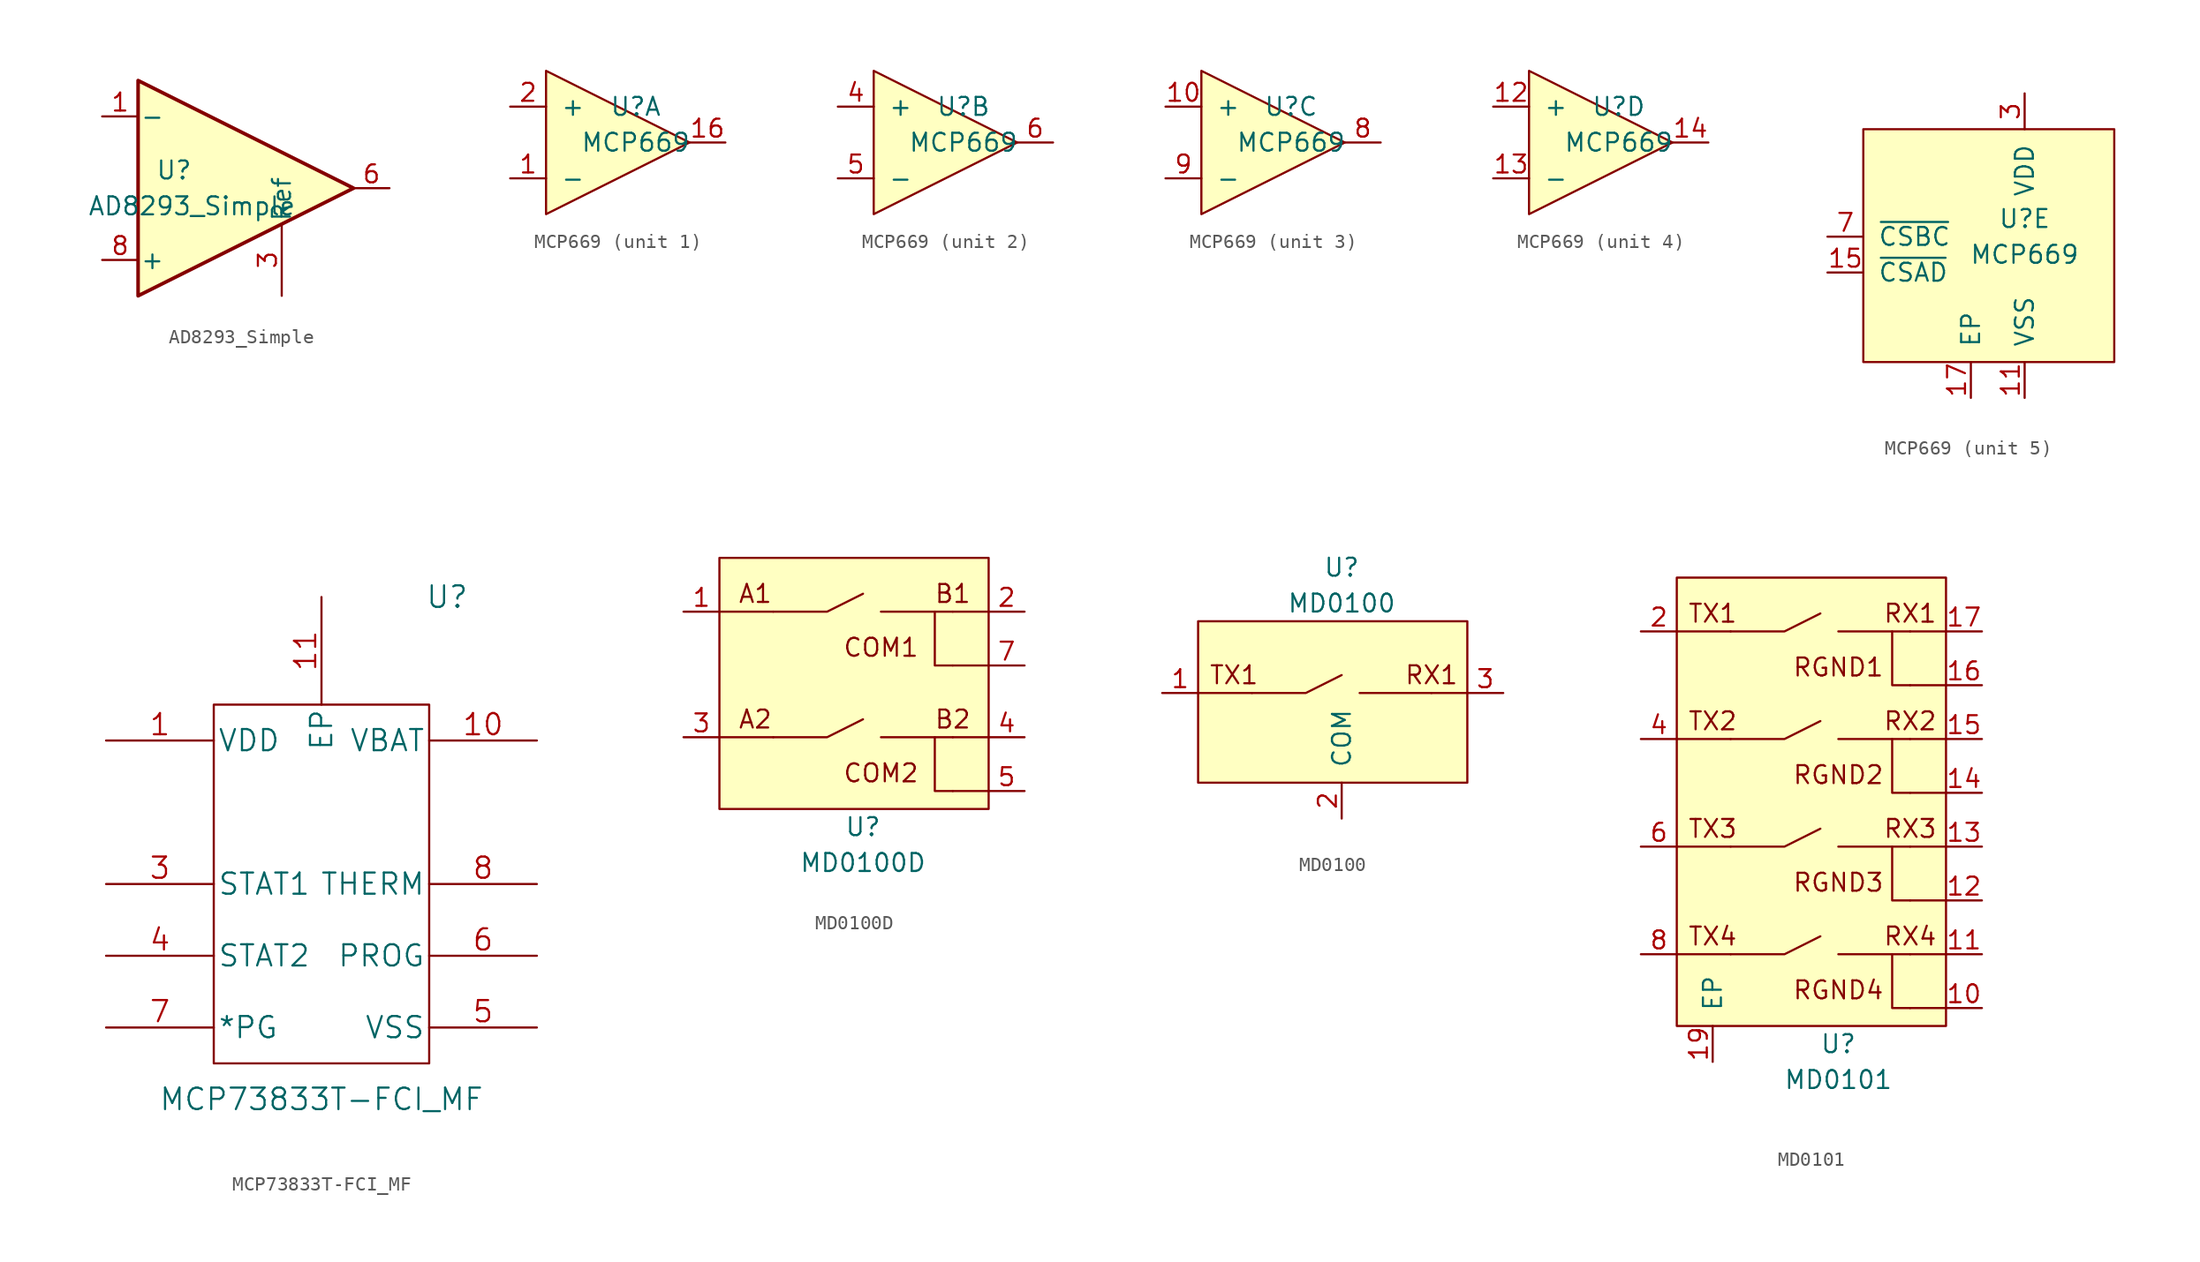
<source format=kicad_sym>
(kicad_symbol_lib
  (version 20220914)
  (generator kicad_symbol_editor)
  (symbol "AD8293_Simple"
    (pin_names
      (offset 0.127))
    (property "Reference" "U"
      (at -5.08 1.27 0)
      (effects (font (size 1.27 1.27))))
    (property "Value" "AD8293_Simple"
      (at -3.81 -1.27 0)
      (effects (font (size 1.27 1.27))))
    (symbol "AD8293_Simple_0_1"
      (polyline (pts (xy -7.62 7.62) (xy -7.62 -7.62) (xy 7.62 0) (xy -7.62 7.62)) (stroke (width 0.254) (type solid)) (fill (type background))))
    (symbol "AD8293_Simple_1_1"
      (pin input line (at -10.16 5.08 0) (length 2.54) (name "-" (effects (font (size 1.27 1.27)))) (number "1" (effects (font (size 1.27 1.27)))))
      (pin passive line (at 2.54 -7.62 90) (length 5.08) (name "Ref" (effects (font (size 1.27 1.27)))) (number "3" (effects (font (size 1.27 1.27)))))
      (pin output line (at 10.16 0 180) (length 2.54) (name "~" (effects (font (size 1.27 1.27)))) (number "6" (effects (font (size 1.27 1.27)))))
      (pin input line (at -10.16 -5.08 0) (length 2.54) (name "+" (effects (font (size 1.27 1.27)))) (number "8" (effects (font (size 1.27 1.27)))))))
  (symbol "MCP669"
    (pin_names
      (offset 1.016))
    (property "Reference" "U"
      (at 2.54 2.54 0)
      (effects (font (size 1.27 1.27))))
    (property "Value" "MCP669"
      (at 2.54 0 0)
      (effects (font (size 1.27 1.27))))
    (property "ki_locked" ""
      (at 0 0 0)
      (effects (font (size 1.27 1.27))))
    (symbol "MCP669_1_1"
      (polyline (pts (xy -3.81 5.08) (xy -3.81 -5.08) (xy 6.35 0) (xy -3.81 5.08)) (stroke (width 0) (type solid)) (fill (type background)))
      (pin input line (at -6.35 -2.54 0) (length 2.54) (name "-" (effects (font (size 1.27 1.27)))) (number "1" (effects (font (size 1.27 1.27)))))
      (pin output line (at 8.89 0 180) (length 2.54) (name "~" (effects (font (size 1.27 1.27)))) (number "16" (effects (font (size 1.27 1.27)))))
      (pin input line (at -6.35 2.54 0) (length 2.54) (name "+" (effects (font (size 1.27 1.27)))) (number "2" (effects (font (size 1.27 1.27))))))
    (symbol "MCP669_2_1"
      (polyline (pts (xy -3.81 5.08) (xy -3.81 -5.08) (xy 6.35 0) (xy -3.81 5.08)) (stroke (width 0) (type solid)) (fill (type background)))
      (pin input line (at -6.35 2.54 0) (length 2.54) (name "+" (effects (font (size 1.27 1.27)))) (number "4" (effects (font (size 1.27 1.27)))))
      (pin input line (at -6.35 -2.54 0) (length 2.54) (name "-" (effects (font (size 1.27 1.27)))) (number "5" (effects (font (size 1.27 1.27)))))
      (pin output line (at 8.89 0 180) (length 2.54) (name "~" (effects (font (size 1.27 1.27)))) (number "6" (effects (font (size 1.27 1.27))))))
    (symbol "MCP669_3_1"
      (polyline (pts (xy -3.81 5.08) (xy -3.81 -5.08) (xy 6.35 0) (xy -3.81 5.08)) (stroke (width 0) (type solid)) (fill (type background)))
      (pin input line (at -6.35 2.54 0) (length 2.54) (name "+" (effects (font (size 1.27 1.27)))) (number "10" (effects (font (size 1.27 1.27)))))
      (pin output line (at 8.89 0 180) (length 2.54) (name "~" (effects (font (size 1.27 1.27)))) (number "8" (effects (font (size 1.27 1.27)))))
      (pin input line (at -6.35 -2.54 0) (length 2.54) (name "-" (effects (font (size 1.27 1.27)))) (number "9" (effects (font (size 1.27 1.27))))))
    (symbol "MCP669_4_1"
      (polyline (pts (xy -3.81 5.08) (xy -3.81 -5.08) (xy 6.35 0) (xy -3.81 5.08)) (stroke (width 0) (type solid)) (fill (type background)))
      (pin input line (at -6.35 2.54 0) (length 2.54) (name "+" (effects (font (size 1.27 1.27)))) (number "12" (effects (font (size 1.27 1.27)))))
      (pin input line (at -6.35 -2.54 0) (length 2.54) (name "-" (effects (font (size 1.27 1.27)))) (number "13" (effects (font (size 1.27 1.27)))))
      (pin output line (at 8.89 0 180) (length 2.54) (name "~" (effects (font (size 1.27 1.27)))) (number "14" (effects (font (size 1.27 1.27))))))
    (symbol "MCP669_5_1"
      (rectangle (start -8.89 8.89) (end 8.89 -7.62) (stroke (width 0) (type solid)) (fill (type background)))
      (pin power_in line (at 2.54 -10.16 90) (length 2.54) (name "VSS" (effects (font (size 1.27 1.27)))) (number "11" (effects (font (size 1.27 1.27)))))
      (pin input line (at -11.43 -1.27 0) (length 2.54) (name "~{CSAD}" (effects (font (size 1.27 1.27)))) (number "15" (effects (font (size 1.27 1.27)))))
      (pin power_in line (at -1.27 -10.16 90) (length 2.54) (name "EP" (effects (font (size 1.27 1.27)))) (number "17" (effects (font (size 1.27 1.27)))))
      (pin power_in line (at 2.54 11.43 270) (length 2.54) (name "VDD" (effects (font (size 1.27 1.27)))) (number "3" (effects (font (size 1.27 1.27)))))
      (pin input line (at -11.43 1.27 0) (length 2.54) (name "~{CSBC}" (effects (font (size 1.27 1.27)))) (number "7" (effects (font (size 1.27 1.27)))))))
  (symbol "MCP73833T-FCI_MF"
    (pin_names
      (offset 0.254))
    (property "Reference" "U"
      (at 10.16 21.59 0)
      (effects (font (size 1.524 1.524))))
    (property "Value" "MCP73833T-FCI_MF"
      (at 1.27 -13.97 0)
      (effects (font (size 1.524 1.524))))
    (property "Datasheet" ""
      (at -13.97 11.43 0)
      (effects (font (size 1.524 1.524))))
    (symbol "MCP73833T-FCI_MF_0_1"
      (rectangle (start -6.35 13.97) (end 8.89 -11.43) (stroke (width 0) (type solid)) (fill (type none))))
    (symbol "MCP73833T-FCI_MF_1_1"
      (pin unspecified line (at -13.97 11.43 0) (length 7.62) (name "VDD" (effects (font (size 1.499 1.499)))) (number "1" (effects (font (size 1.499 1.499)))))
      (pin unspecified line (at 16.51 11.43 180) (length 7.62) (name "VBAT" (effects (font (size 1.499 1.499)))) (number "10" (effects (font (size 1.499 1.499)))))
      (pin unspecified line (at 1.27 21.59 270) (length 7.62) (name "EP" (effects (font (size 1.499 1.499)))) (number "11" (effects (font (size 1.499 1.499)))))
      (pin unspecified line (at -13.97 11.43 0) (length 7.62) hide (name "VDD" (effects (font (size 1.499 1.499)))) (number "2" (effects (font (size 1.499 1.499)))))
      (pin unspecified line (at -13.97 1.27 0) (length 7.62) (name "STAT1" (effects (font (size 1.499 1.499)))) (number "3" (effects (font (size 1.499 1.499)))))
      (pin unspecified line (at -13.97 -3.81 0) (length 7.62) (name "STAT2" (effects (font (size 1.499 1.499)))) (number "4" (effects (font (size 1.499 1.499)))))
      (pin unspecified line (at 16.51 -8.89 180) (length 7.62) (name "VSS" (effects (font (size 1.499 1.499)))) (number "5" (effects (font (size 1.499 1.499)))))
      (pin unspecified line (at 16.51 -3.81 180) (length 7.62) (name "PROG" (effects (font (size 1.499 1.499)))) (number "6" (effects (font (size 1.499 1.499)))))
      (pin unspecified line (at -13.97 -8.89 0) (length 7.62) (name "*PG" (effects (font (size 1.499 1.499)))) (number "7" (effects (font (size 1.499 1.499)))))
      (pin unspecified line (at 16.51 1.27 180) (length 7.62) (name "THERM" (effects (font (size 1.499 1.499)))) (number "8" (effects (font (size 1.499 1.499)))))
      (pin unspecified line (at 16.51 11.43 180) (length 7.62) hide (name "VBAT" (effects (font (size 1.499 1.499)))) (number "9" (effects (font (size 1.499 1.499)))))))
  (symbol "MD0100D"
    (pin_names
      (offset 1.016))
    (property "Reference" "U"
      (at 0 -11.43 0)
      (effects (font (size 1.27 1.27))))
    (property "Value" "MD0100D"
      (at 0 -13.97 0)
      (effects (font (size 1.27 1.27))))
    (symbol "MD0100D_0_0"
      (polyline (pts (xy -6.35 -5.08) (xy -10.16 -5.08)) (stroke (width 0) (type solid)) (fill (type none)))
      (polyline (pts (xy 6.35 -5.08) (xy 1.27 -5.08)) (stroke (width 0) (type solid)) (fill (type none)))
      (polyline (pts (xy 6.35 -5.08) (xy 8.89 -5.08)) (stroke (width 0) (type solid)) (fill (type none)))
      (polyline (pts (xy 8.89 -8.89) (xy 6.35 -8.89)) (stroke (width 0) (type solid)) (fill (type none)))
      (text "A2" (at -7.62 -3.81 0) (effects (font (size 1.27 1.27))))
      (text "B2" (at 6.35 -3.81 0) (effects (font (size 1.27 1.27))))
      (text "COM2" (at 1.27 -7.62 0) (effects (font (size 1.27 1.27)))))
    (symbol "MD0100D_0_1"
      (polyline (pts (xy -6.35 -5.08) (xy -2.54 -5.08) (xy 0 -3.81)) (stroke (width 0) (type solid)) (fill (type none))))
    (symbol "MD0100D_1_1"
      (rectangle (start -10.16 7.62) (end 8.89 -10.16) (stroke (width 0) (type solid)) (fill (type background)))
      (polyline (pts (xy -6.35 3.81) (xy -10.16 3.81)) (stroke (width 0) (type solid)) (fill (type none)))
      (polyline (pts (xy 6.35 3.81) (xy 1.27 3.81)) (stroke (width 0) (type solid)) (fill (type none)))
      (polyline (pts (xy 6.35 3.81) (xy 8.89 3.81)) (stroke (width 0) (type solid)) (fill (type none)))
      (polyline (pts (xy 8.89 0) (xy 6.35 0)) (stroke (width 0) (type solid)) (fill (type none)))
      (polyline (pts (xy -6.35 3.81) (xy -2.54 3.81) (xy 0 5.08)) (stroke (width 0) (type solid)) (fill (type none)))
      (polyline (pts (xy 6.35 -8.89) (xy 5.08 -8.89) (xy 5.08 -5.08)) (stroke (width 0) (type solid)) (fill (type none)))
      (polyline (pts (xy 6.35 0) (xy 5.08 0) (xy 5.08 3.81)) (stroke (width 0) (type solid)) (fill (type none)))
      (text "A1" (at -7.62 5.08 0) (effects (font (size 1.27 1.27))))
      (text "B1" (at 6.35 5.08 0) (effects (font (size 1.27 1.27))))
      (text "COM1" (at 1.27 1.27 0) (effects (font (size 1.27 1.27))))
      (pin input line (at -12.7 3.81 0) (length 2.54) (name "A1" (effects (font (size 0 0)))) (number "1" (effects (font (size 1.27 1.27)))))
      (pin passive line (at 11.43 -8.89 180) (length 2.54) hide (name "COM2" (effects (font (size 0 0)))) (number "10" (effects (font (size 1.27 1.27)))))
      (pin output line (at 11.43 3.81 180) (length 2.54) (name "B1" (effects (font (size 0 0)))) (number "2" (effects (font (size 1.27 1.27)))))
      (pin input line (at -12.7 -5.08 0) (length 2.54) (name "A2" (effects (font (size 0 0)))) (number "3" (effects (font (size 1.27 1.27)))))
      (pin output line (at 11.43 -5.08 180) (length 2.54) (name "B2" (effects (font (size 0 0)))) (number "4" (effects (font (size 1.27 1.27)))))
      (pin passive line (at 11.43 -8.89 180) (length 2.54) (name "COM2" (effects (font (size 0 0)))) (number "5" (effects (font (size 1.27 1.27)))))
      (pin passive line (at 11.43 -8.89 180) (length 2.54) hide (name "COM2" (effects (font (size 0 0)))) (number "6" (effects (font (size 1.27 1.27)))))
      (pin passive line (at 11.43 0 180) (length 2.54) (name "COM1" (effects (font (size 0 0)))) (number "7" (effects (font (size 1.27 1.27)))))
      (pin passive line (at 11.43 0 180) (length 2.54) hide (name "COM1" (effects (font (size 0 0)))) (number "8" (effects (font (size 1.27 1.27)))))
      (pin passive line (at 11.43 0 180) (length 2.54) hide (name "COM1" (effects (font (size 0 0)))) (number "9" (effects (font (size 1.27 1.27)))))))
  (symbol "MD0100"
    (pin_names
      (offset 1.016))
    (property "Reference" "U"
      (at 0 8.89 0)
      (effects (font (size 1.27 1.27))))
    (property "Value" "MD0100"
      (at 0 6.35 0)
      (effects (font (size 1.27 1.27))))
    (symbol "MD0100_0_0"
      (polyline (pts (xy -6.35 0) (xy -10.16 0)) (stroke (width 0) (type solid)) (fill (type none)))
      (polyline (pts (xy 6.35 0) (xy 1.27 0)) (stroke (width 0) (type solid)) (fill (type none)))
      (polyline (pts (xy 6.35 0) (xy 8.89 0)) (stroke (width 0) (type solid)) (fill (type none)))
      (text "RX1" (at 6.35 1.27 0) (effects (font (size 1.27 1.27))))
      (text "TX1" (at -7.62 1.27 0) (effects (font (size 1.27 1.27)))))
    (symbol "MD0100_0_1"
      (rectangle (start 8.89 -6.35) (end -10.16 5.08) (stroke (width 0) (type solid)) (fill (type background))))
    (symbol "MD0100_1_1"
      (polyline (pts (xy -6.35 0) (xy -2.54 0) (xy 0 1.27)) (stroke (width 0) (type solid)) (fill (type none)))
      (pin input line (at -12.7 0 0) (length 2.54) (name "~" (effects (font (size 1.27 1.27)))) (number "1" (effects (font (size 1.27 1.27)))))
      (pin power_in line (at 0 -8.89 90) (length 2.54) (name "COM" (effects (font (size 1.27 1.27)))) (number "2" (effects (font (size 1.27 1.27)))))
      (pin output line (at 11.43 0 180) (length 2.54) (name "~" (effects (font (size 1.27 1.27)))) (number "3" (effects (font (size 1.27 1.27)))))))
  (symbol "MD0101"
    (pin_names
      (offset 1.016))
    (property "Reference" "U"
      (at 0 -17.78 0)
      (effects (font (size 1.27 1.27))))
    (property "Value" "MD0101"
      (at 0 -20.32 0)
      (effects (font (size 1.27 1.27))))
    (symbol "MD0101_0_0"
      (rectangle (start -11.43 15.24) (end 7.62 -16.51) (stroke (width 0) (type solid)) (fill (type background)))
      (polyline (pts (xy -7.62 -11.43) (xy -11.43 -11.43)) (stroke (width 0) (type solid)) (fill (type none)))
      (polyline (pts (xy -7.62 -3.81) (xy -11.43 -3.81)) (stroke (width 0) (type solid)) (fill (type none)))
      (polyline (pts (xy -7.62 3.81) (xy -11.43 3.81)) (stroke (width 0) (type solid)) (fill (type none)))
      (polyline (pts (xy -7.62 11.43) (xy -11.43 11.43)) (stroke (width 0) (type solid)) (fill (type none)))
      (polyline (pts (xy 5.08 -15.24) (xy 7.62 -15.24)) (stroke (width 0) (type solid)) (fill (type none)))
      (polyline (pts (xy 5.08 -11.43) (xy 0 -11.43)) (stroke (width 0) (type solid)) (fill (type none)))
      (polyline (pts (xy 5.08 -11.43) (xy 7.62 -11.43)) (stroke (width 0) (type solid)) (fill (type none)))
      (polyline (pts (xy 5.08 -3.81) (xy 0 -3.81)) (stroke (width 0) (type solid)) (fill (type none)))
      (polyline (pts (xy 5.08 -3.81) (xy 7.62 -3.81)) (stroke (width 0) (type solid)) (fill (type none)))
      (polyline (pts (xy 5.08 3.81) (xy 0 3.81)) (stroke (width 0) (type solid)) (fill (type none)))
      (polyline (pts (xy 5.08 3.81) (xy 7.62 3.81)) (stroke (width 0) (type solid)) (fill (type none)))
      (polyline (pts (xy 5.08 11.43) (xy 0 11.43)) (stroke (width 0) (type solid)) (fill (type none)))
      (polyline (pts (xy 5.08 11.43) (xy 7.62 11.43)) (stroke (width 0) (type solid)) (fill (type none)))
      (polyline (pts (xy 7.62 -7.62) (xy 5.08 -7.62)) (stroke (width 0) (type solid)) (fill (type none)))
      (polyline (pts (xy 7.62 0) (xy 5.08 0)) (stroke (width 0) (type solid)) (fill (type none)))
      (polyline (pts (xy 7.62 7.62) (xy 5.08 7.62)) (stroke (width 0) (type solid)) (fill (type none)))
      (polyline (pts (xy 5.08 7.62) (xy 3.81 7.62) (xy 3.81 11.43)) (stroke (width 0) (type solid)) (fill (type none)))
      (text "RGND1" (at 0 8.89 0) (effects (font (size 1.27 1.27))))
      (text "RGND2" (at 0 1.27 0) (effects (font (size 1.27 1.27))))
      (text "RGND3" (at 0 -6.35 0) (effects (font (size 1.27 1.27))))
      (text "RGND4" (at 0 -13.97 0) (effects (font (size 1.27 1.27))))
      (text "RX1" (at 5.08 12.7 0) (effects (font (size 1.27 1.27))))
      (text "RX2" (at 5.08 5.08 0) (effects (font (size 1.27 1.27))))
      (text "RX3" (at 5.08 -2.54 0) (effects (font (size 1.27 1.27))))
      (text "RX4" (at 5.08 -10.16 0) (effects (font (size 1.27 1.27))))
      (text "TX1" (at -8.89 12.7 0) (effects (font (size 1.27 1.27))))
      (text "TX2" (at -8.89 5.08 0) (effects (font (size 1.27 1.27))))
      (text "TX3" (at -8.89 -2.54 0) (effects (font (size 1.27 1.27))))
      (text "TX4" (at -8.89 -10.16 0) (effects (font (size 1.27 1.27)))))
    (symbol "MD0101_0_1"
      (polyline (pts (xy -7.62 3.81) (xy -3.81 3.81) (xy -1.27 5.08)) (stroke (width 0) (type solid)) (fill (type none))))
    (symbol "MD0101_1_1"
      (polyline (pts (xy -7.62 -11.43) (xy -3.81 -11.43) (xy -1.27 -10.16)) (stroke (width 0) (type solid)) (fill (type none)))
      (polyline (pts (xy -7.62 -3.81) (xy -3.81 -3.81) (xy -1.27 -2.54)) (stroke (width 0) (type solid)) (fill (type none)))
      (polyline (pts (xy -7.62 11.43) (xy -3.81 11.43) (xy -1.27 12.7)) (stroke (width 0) (type solid)) (fill (type none)))
      (polyline (pts (xy 5.08 -15.24) (xy 3.81 -15.24) (xy 3.81 -11.43)) (stroke (width 0) (type solid)) (fill (type none)))
      (polyline (pts (xy 5.08 -7.62) (xy 3.81 -7.62) (xy 3.81 -3.81)) (stroke (width 0) (type solid)) (fill (type none)))
      (polyline (pts (xy 5.08 0) (xy 3.81 0) (xy 3.81 3.81)) (stroke (width 0) (type solid)) (fill (type none)))
      (pin no_connect line (at -7.62 13.97 270) (length 2.54) hide (name "NC" (effects (font (size 1.27 1.27)))) (number "1" (effects (font (size 1.27 1.27)))))
      (pin power_in line (at 10.16 -15.24 180) (length 2.54) (name "~" (effects (font (size 1.27 1.27)))) (number "10" (effects (font (size 1.27 1.27)))))
      (pin output line (at 10.16 -11.43 180) (length 2.54) (name "~" (effects (font (size 1.27 1.27)))) (number "11" (effects (font (size 1.27 1.27)))))
      (pin power_in line (at 10.16 -7.62 180) (length 2.54) (name "~" (effects (font (size 1.27 1.27)))) (number "12" (effects (font (size 1.27 1.27)))))
      (pin output line (at 10.16 -3.81 180) (length 2.54) (name "~" (effects (font (size 1.27 1.27)))) (number "13" (effects (font (size 1.27 1.27)))))
      (pin power_in line (at 10.16 0 180) (length 2.54) (name "~" (effects (font (size 1.27 1.27)))) (number "14" (effects (font (size 1.27 1.27)))))
      (pin output line (at 10.16 3.81 180) (length 2.54) (name "~" (effects (font (size 1.27 1.27)))) (number "15" (effects (font (size 1.27 1.27)))))
      (pin power_in line (at 10.16 7.62 180) (length 2.54) (name "~" (effects (font (size 1.27 1.27)))) (number "16" (effects (font (size 1.27 1.27)))))
      (pin output line (at 10.16 11.43 180) (length 2.54) (name "~" (effects (font (size 1.27 1.27)))) (number "17" (effects (font (size 1.27 1.27)))))
      (pin no_connect line (at -8.89 13.97 270) (length 2.54) hide (name "NC" (effects (font (size 1.27 1.27)))) (number "18" (effects (font (size 1.27 1.27)))))
      (pin passive line (at -8.89 -19.05 90) (length 2.54) (name "EP" (effects (font (size 1.27 1.27)))) (number "19" (effects (font (size 1.27 1.27)))))
      (pin input line (at -13.97 11.43 0) (length 2.54) (name "~" (effects (font (size 1.27 1.27)))) (number "2" (effects (font (size 1.27 1.27)))))
      (pin no_connect line (at -6.35 13.97 270) (length 2.54) hide (name "NC" (effects (font (size 1.27 1.27)))) (number "3" (effects (font (size 1.27 1.27)))))
      (pin input line (at -13.97 3.81 0) (length 2.54) (name "~" (effects (font (size 1.27 1.27)))) (number "4" (effects (font (size 1.27 1.27)))))
      (pin no_connect line (at -5.08 13.97 270) (length 2.54) hide (name "NC" (effects (font (size 1.27 1.27)))) (number "5" (effects (font (size 1.27 1.27)))))
      (pin input line (at -13.97 -3.81 0) (length 2.54) (name "~" (effects (font (size 1.27 1.27)))) (number "6" (effects (font (size 1.27 1.27)))))
      (pin no_connect line (at -3.81 13.97 270) (length 2.54) hide (name "NC" (effects (font (size 1.27 1.27)))) (number "7" (effects (font (size 1.27 1.27)))))
      (pin input line (at -13.97 -11.43 0) (length 2.54) (name "~" (effects (font (size 1.27 1.27)))) (number "8" (effects (font (size 1.27 1.27)))))
      (pin no_connect line (at -2.54 13.97 270) (length 2.54) hide (name "NC" (effects (font (size 1.27 1.27)))) (number "9" (effects (font (size 1.27 1.27))))))))
</source>
